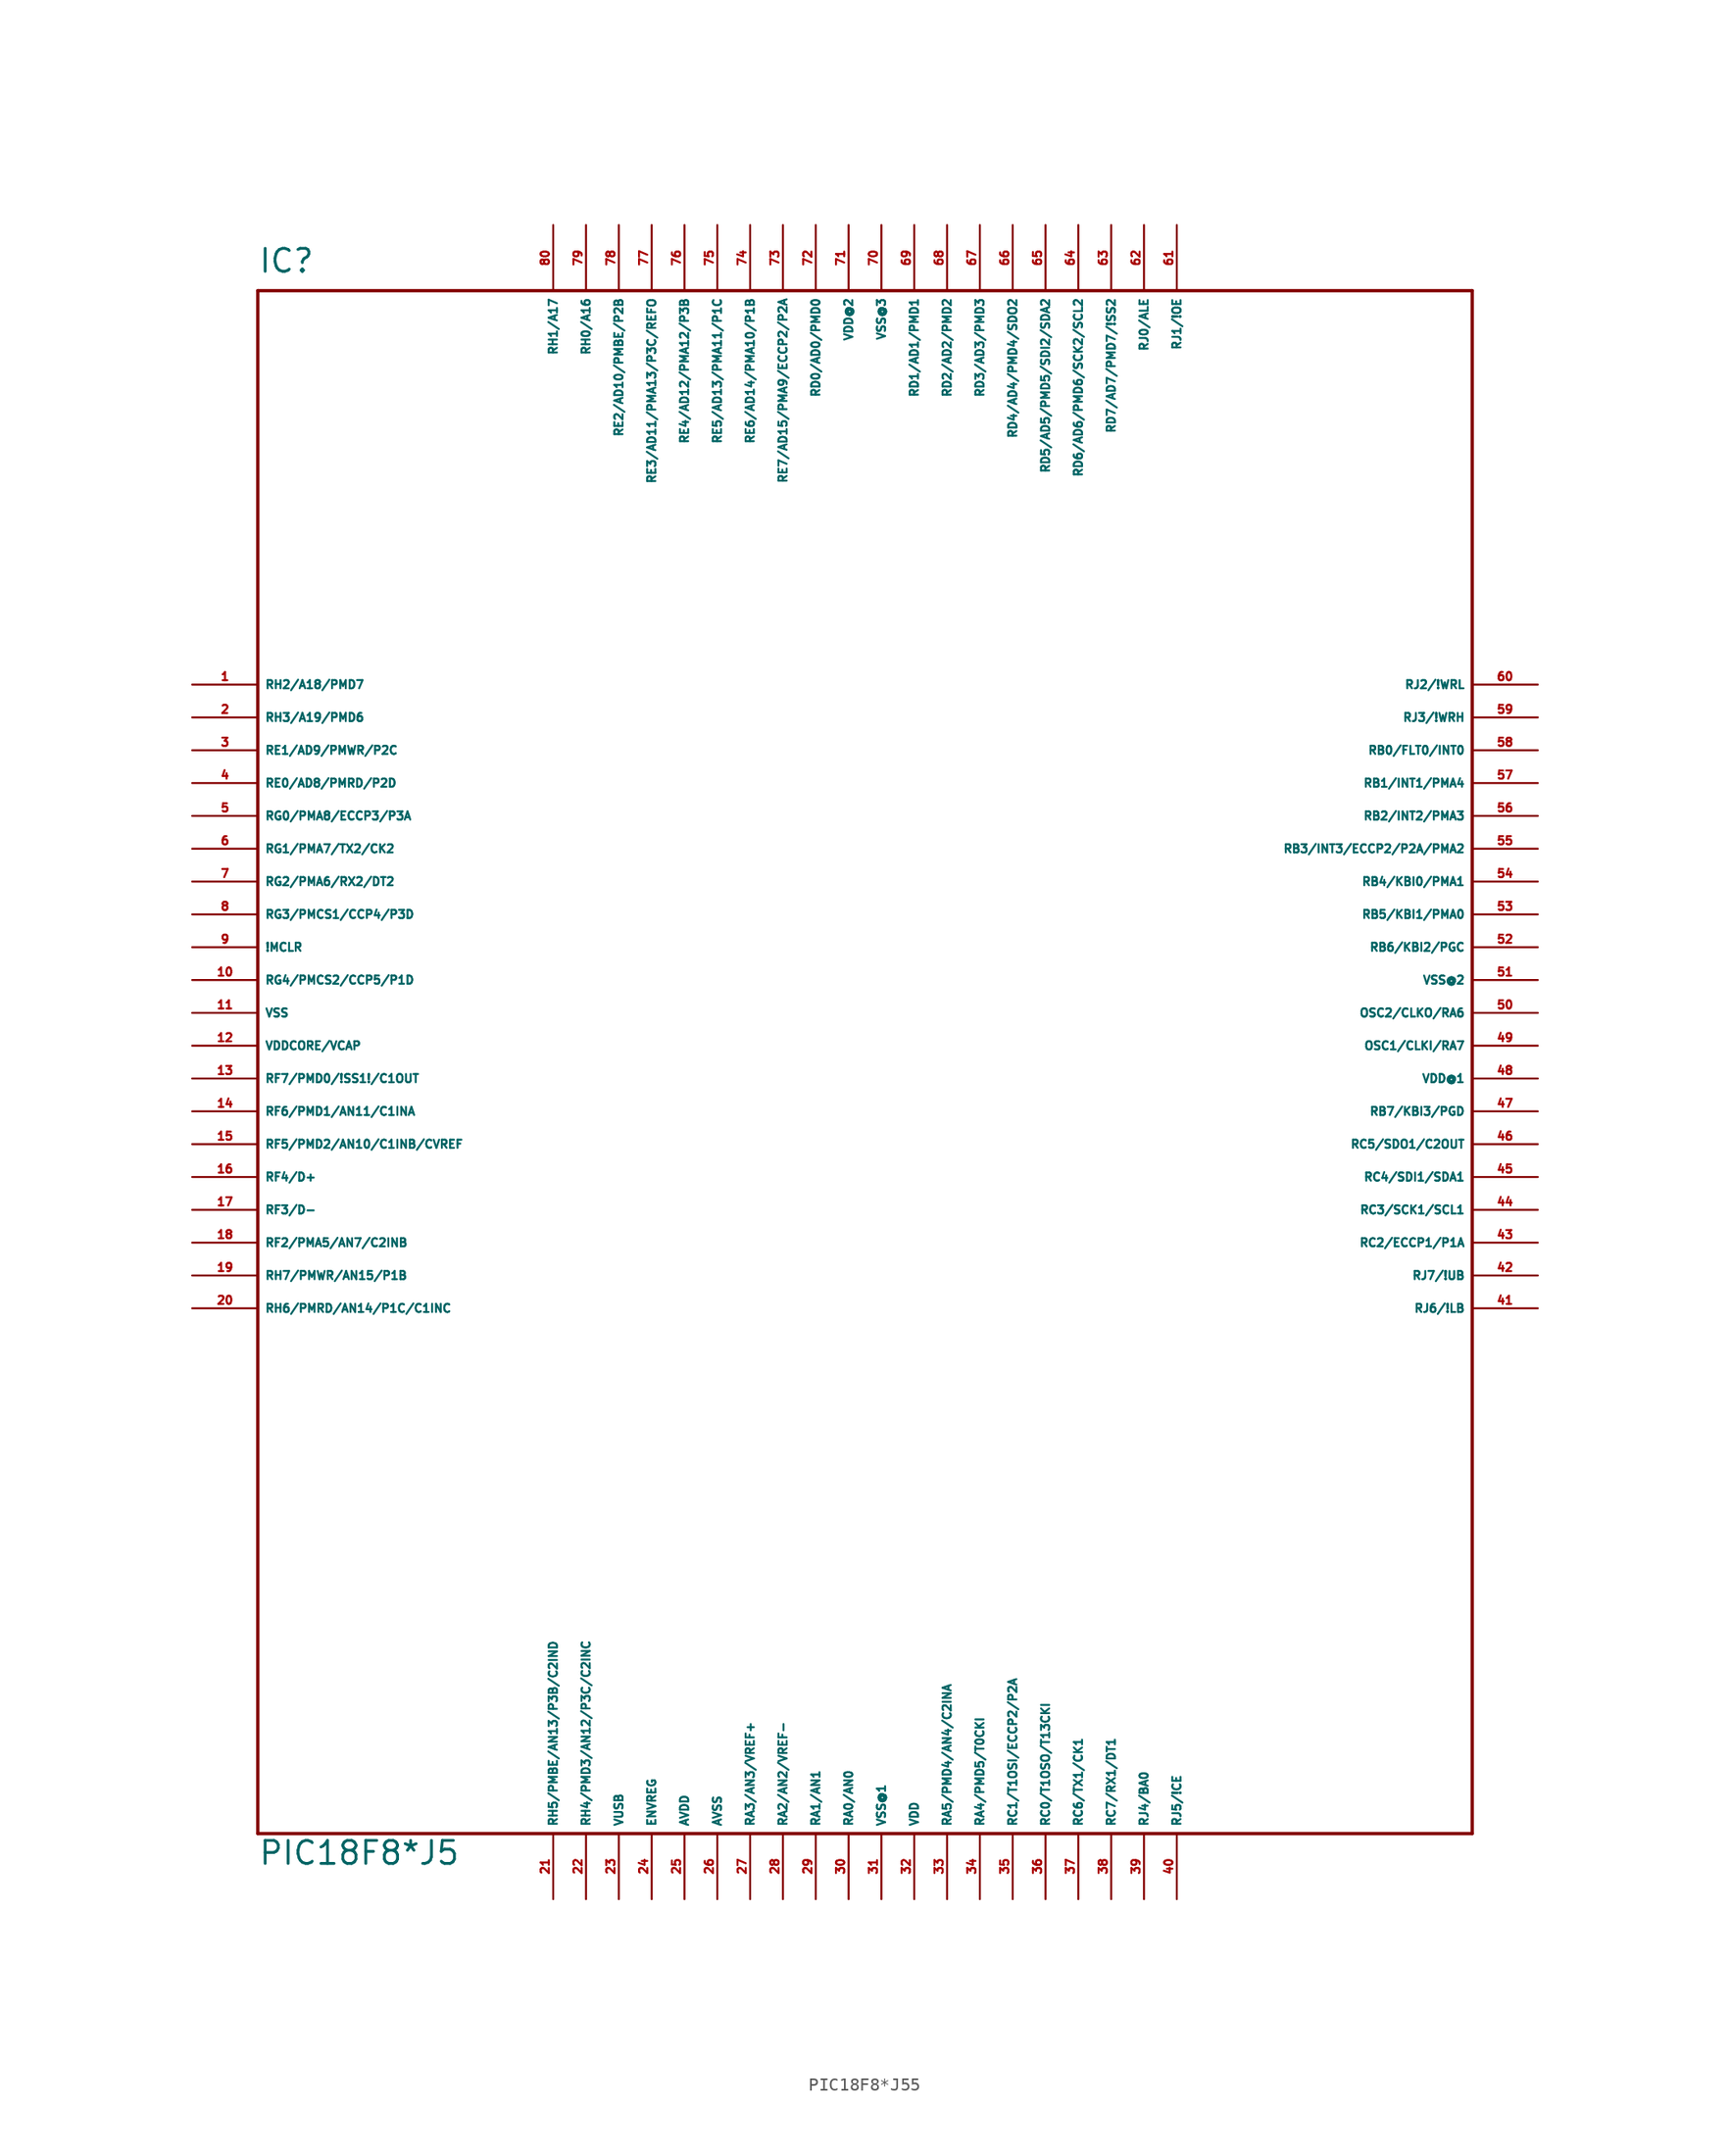
<source format=kicad_sym>
(kicad_symbol_lib
  (version 20220914)
  (generator Eagle2Kicad)
  (symbol "PIC18F8*J55"
    (property "Reference" "IC"
      (at -48.26 54.61 0)
      (effects (font (size 1.778 1.778) (thickness 0.22)) (justify left bottom)))
    (property "Value" "PIC18F8*J5"
      (at -48.26 -68.58 0)
      (effects (font (size 1.778 1.778) (thickness 0.22)) (justify left bottom)))
    (polyline
      (pts (xy -48.26 -66.04) (xy 45.72 -66.04))
      (stroke (width 0.254) (type default))
      (fill (type none)))
    (polyline
      (pts (xy 45.72 -66.04) (xy 45.72 53.34))
      (stroke (width 0.254) (type default))
      (fill (type none)))
    (polyline
      (pts (xy 45.72 53.34) (xy -48.26 53.34))
      (stroke (width 0.254) (type default))
      (fill (type none)))
    (polyline
      (pts (xy -48.26 53.34) (xy -48.26 -66.04))
      (stroke (width 0.254) (type default))
      (fill (type none)))
    (pin bidirectional line
      (at -53.34 22.86 0)
      (length 5.08)
      (name "RH2/A18/PMD7" (effects (font (size 0.635 0.635) (thickness 0.08)) (justify left bottom)))
      (number "1" (effects (font (size 0.635 0.635) (thickness 0.08)) (justify left bottom))))
    (pin bidirectional line
      (at -53.34 20.32 0)
      (length 5.08)
      (name "RH3/A19/PMD6" (effects (font (size 0.635 0.635) (thickness 0.08)) (justify left bottom)))
      (number "2" (effects (font (size 0.635 0.635) (thickness 0.08)) (justify left bottom))))
    (pin bidirectional line
      (at -53.34 17.78 0)
      (length 5.08)
      (name "RE1/AD9/PMWR/P2C" (effects (font (size 0.635 0.635) (thickness 0.08)) (justify left bottom)))
      (number "3" (effects (font (size 0.635 0.635) (thickness 0.08)) (justify left bottom))))
    (pin bidirectional line
      (at -53.34 15.24 0)
      (length 5.08)
      (name "RE0/AD8/PMRD/P2D" (effects (font (size 0.635 0.635) (thickness 0.08)) (justify left bottom)))
      (number "4" (effects (font (size 0.635 0.635) (thickness 0.08)) (justify left bottom))))
    (pin bidirectional line
      (at -53.34 12.7 0)
      (length 5.08)
      (name "RG0/PMA8/ECCP3/P3A" (effects (font (size 0.635 0.635) (thickness 0.08)) (justify left bottom)))
      (number "5" (effects (font (size 0.635 0.635) (thickness 0.08)) (justify left bottom))))
    (pin bidirectional line
      (at -53.34 10.16 0)
      (length 5.08)
      (name "RG1/PMA7/TX2/CK2" (effects (font (size 0.635 0.635) (thickness 0.08)) (justify left bottom)))
      (number "6" (effects (font (size 0.635 0.635) (thickness 0.08)) (justify left bottom))))
    (pin bidirectional line
      (at -53.34 7.62 0)
      (length 5.08)
      (name "RG2/PMA6/RX2/DT2" (effects (font (size 0.635 0.635) (thickness 0.08)) (justify left bottom)))
      (number "7" (effects (font (size 0.635 0.635) (thickness 0.08)) (justify left bottom))))
    (pin bidirectional line
      (at -53.34 5.08 0)
      (length 5.08)
      (name "RG3/PMCS1/CCP4/P3D" (effects (font (size 0.635 0.635) (thickness 0.08)) (justify left bottom)))
      (number "8" (effects (font (size 0.635 0.635) (thickness 0.08)) (justify left bottom))))
    (pin input line
      (at -53.34 2.54 0)
      (length 5.08)
      (name "!MCLR" (effects (font (size 0.635 0.635) (thickness 0.08)) (justify left bottom)))
      (number "9" (effects (font (size 0.635 0.635) (thickness 0.08)) (justify left bottom))))
    (pin bidirectional line
      (at -53.34 0 0)
      (length 5.08)
      (name "RG4/PMCS2/CCP5/P1D" (effects (font (size 0.635 0.635) (thickness 0.08)) (justify left bottom)))
      (number "10" (effects (font (size 0.635 0.635) (thickness 0.08)) (justify left bottom))))
    (pin unspecified line
      (at -53.34 -2.54 0)
      (length 5.08)
      (name "VSS" (effects (font (size 0.635 0.635) (thickness 0.08)) (justify left bottom)))
      (number "11" (effects (font (size 0.635 0.635) (thickness 0.08)) (justify left bottom))))
    (pin bidirectional line
      (at -53.34 -5.08 0)
      (length 5.08)
      (name "VDDCORE/VCAP" (effects (font (size 0.635 0.635) (thickness 0.08)) (justify left bottom)))
      (number "12" (effects (font (size 0.635 0.635) (thickness 0.08)) (justify left bottom))))
    (pin bidirectional line
      (at -53.34 -7.62 0)
      (length 5.08)
      (name "RF7/PMD0/!SS1!/C1OUT" (effects (font (size 0.635 0.635) (thickness 0.08)) (justify left bottom)))
      (number "13" (effects (font (size 0.635 0.635) (thickness 0.08)) (justify left bottom))))
    (pin bidirectional line
      (at -53.34 -10.16 0)
      (length 5.08)
      (name "RF6/PMD1/AN11/C1INA" (effects (font (size 0.635 0.635) (thickness 0.08)) (justify left bottom)))
      (number "14" (effects (font (size 0.635 0.635) (thickness 0.08)) (justify left bottom))))
    (pin bidirectional line
      (at -53.34 -12.7 0)
      (length 5.08)
      (name "RF5/PMD2/AN10/C1INB/CVREF" (effects (font (size 0.635 0.635) (thickness 0.08)) (justify left bottom)))
      (number "15" (effects (font (size 0.635 0.635) (thickness 0.08)) (justify left bottom))))
    (pin bidirectional line
      (at -53.34 -15.24 0)
      (length 5.08)
      (name "RF4/D+" (effects (font (size 0.635 0.635) (thickness 0.08)) (justify left bottom)))
      (number "16" (effects (font (size 0.635 0.635) (thickness 0.08)) (justify left bottom))))
    (pin bidirectional line
      (at -53.34 -17.78 0)
      (length 5.08)
      (name "RF3/D-" (effects (font (size 0.635 0.635) (thickness 0.08)) (justify left bottom)))
      (number "17" (effects (font (size 0.635 0.635) (thickness 0.08)) (justify left bottom))))
    (pin bidirectional line
      (at -53.34 -20.32 0)
      (length 5.08)
      (name "RF2/PMA5/AN7/C2INB" (effects (font (size 0.635 0.635) (thickness 0.08)) (justify left bottom)))
      (number "18" (effects (font (size 0.635 0.635) (thickness 0.08)) (justify left bottom))))
    (pin bidirectional line
      (at -53.34 -22.86 0)
      (length 5.08)
      (name "RH7/PMWR/AN15/P1B" (effects (font (size 0.635 0.635) (thickness 0.08)) (justify left bottom)))
      (number "19" (effects (font (size 0.635 0.635) (thickness 0.08)) (justify left bottom))))
    (pin bidirectional line
      (at -53.34 -25.4 0)
      (length 5.08)
      (name "RH6/PMRD/AN14/P1C/C1INC" (effects (font (size 0.635 0.635) (thickness 0.08)) (justify left bottom)))
      (number "20" (effects (font (size 0.635 0.635) (thickness 0.08)) (justify left bottom))))
    (pin bidirectional line
      (at -25.4 -71.12 90)
      (length 5.08)
      (name "RH5/PMBE/AN13/P3B/C2IND" (effects (font (size 0.635 0.635) (thickness 0.08)) (justify left bottom)))
      (number "21" (effects (font (size 0.635 0.635) (thickness 0.08)) (justify left bottom))))
    (pin bidirectional line
      (at -22.86 -71.12 90)
      (length 5.08)
      (name "RH4/PMD3/AN12/P3C/C2INC" (effects (font (size 0.635 0.635) (thickness 0.08)) (justify left bottom)))
      (number "22" (effects (font (size 0.635 0.635) (thickness 0.08)) (justify left bottom))))
    (pin input line
      (at -20.32 -71.12 90)
      (length 5.08)
      (name "VUSB" (effects (font (size 0.635 0.635) (thickness 0.08)) (justify left bottom)))
      (number "23" (effects (font (size 0.635 0.635) (thickness 0.08)) (justify left bottom))))
    (pin input line
      (at -17.78 -71.12 90)
      (length 5.08)
      (name "ENVREG" (effects (font (size 0.635 0.635) (thickness 0.08)) (justify left bottom)))
      (number "24" (effects (font (size 0.635 0.635) (thickness 0.08)) (justify left bottom))))
    (pin bidirectional line
      (at -15.24 -71.12 90)
      (length 5.08)
      (name "AVDD" (effects (font (size 0.635 0.635) (thickness 0.08)) (justify left bottom)))
      (number "25" (effects (font (size 0.635 0.635) (thickness 0.08)) (justify left bottom))))
    (pin bidirectional line
      (at -12.7 -71.12 90)
      (length 5.08)
      (name "AVSS" (effects (font (size 0.635 0.635) (thickness 0.08)) (justify left bottom)))
      (number "26" (effects (font (size 0.635 0.635) (thickness 0.08)) (justify left bottom))))
    (pin bidirectional line
      (at -10.16 -71.12 90)
      (length 5.08)
      (name "RA3/AN3/VREF+" (effects (font (size 0.635 0.635) (thickness 0.08)) (justify left bottom)))
      (number "27" (effects (font (size 0.635 0.635) (thickness 0.08)) (justify left bottom))))
    (pin bidirectional line
      (at -7.62 -71.12 90)
      (length 5.08)
      (name "RA2/AN2/VREF-" (effects (font (size 0.635 0.635) (thickness 0.08)) (justify left bottom)))
      (number "28" (effects (font (size 0.635 0.635) (thickness 0.08)) (justify left bottom))))
    (pin bidirectional line
      (at -5.08 -71.12 90)
      (length 5.08)
      (name "RA1/AN1" (effects (font (size 0.635 0.635) (thickness 0.08)) (justify left bottom)))
      (number "29" (effects (font (size 0.635 0.635) (thickness 0.08)) (justify left bottom))))
    (pin bidirectional line
      (at -2.54 -71.12 90)
      (length 5.08)
      (name "RA0/AN0" (effects (font (size 0.635 0.635) (thickness 0.08)) (justify left bottom)))
      (number "30" (effects (font (size 0.635 0.635) (thickness 0.08)) (justify left bottom))))
    (pin unspecified line
      (at 0 -71.12 90)
      (length 5.08)
      (name "VSS@1" (effects (font (size 0.635 0.635) (thickness 0.08)) (justify left bottom)))
      (number "31" (effects (font (size 0.635 0.635) (thickness 0.08)) (justify left bottom))))
    (pin unspecified line
      (at 2.54 -71.12 90)
      (length 5.08)
      (name "VDD" (effects (font (size 0.635 0.635) (thickness 0.08)) (justify left bottom)))
      (number "32" (effects (font (size 0.635 0.635) (thickness 0.08)) (justify left bottom))))
    (pin bidirectional line
      (at 5.08 -71.12 90)
      (length 5.08)
      (name "RA5/PMD4/AN4/C2INA" (effects (font (size 0.635 0.635) (thickness 0.08)) (justify left bottom)))
      (number "33" (effects (font (size 0.635 0.635) (thickness 0.08)) (justify left bottom))))
    (pin bidirectional line
      (at 7.62 -71.12 90)
      (length 5.08)
      (name "RA4/PMD5/T0CKI" (effects (font (size 0.635 0.635) (thickness 0.08)) (justify left bottom)))
      (number "34" (effects (font (size 0.635 0.635) (thickness 0.08)) (justify left bottom))))
    (pin bidirectional line
      (at 10.16 -71.12 90)
      (length 5.08)
      (name "RC1/T1OSI/ECCP2/P2A" (effects (font (size 0.635 0.635) (thickness 0.08)) (justify left bottom)))
      (number "35" (effects (font (size 0.635 0.635) (thickness 0.08)) (justify left bottom))))
    (pin bidirectional line
      (at 12.7 -71.12 90)
      (length 5.08)
      (name "RC0/T1OSO/T13CKI" (effects (font (size 0.635 0.635) (thickness 0.08)) (justify left bottom)))
      (number "36" (effects (font (size 0.635 0.635) (thickness 0.08)) (justify left bottom))))
    (pin bidirectional line
      (at 15.24 -71.12 90)
      (length 5.08)
      (name "RC6/TX1/CK1" (effects (font (size 0.635 0.635) (thickness 0.08)) (justify left bottom)))
      (number "37" (effects (font (size 0.635 0.635) (thickness 0.08)) (justify left bottom))))
    (pin bidirectional line
      (at 17.78 -71.12 90)
      (length 5.08)
      (name "RC7/RX1/DT1" (effects (font (size 0.635 0.635) (thickness 0.08)) (justify left bottom)))
      (number "38" (effects (font (size 0.635 0.635) (thickness 0.08)) (justify left bottom))))
    (pin bidirectional line
      (at 20.32 -71.12 90)
      (length 5.08)
      (name "RJ4/BA0" (effects (font (size 0.635 0.635) (thickness 0.08)) (justify left bottom)))
      (number "39" (effects (font (size 0.635 0.635) (thickness 0.08)) (justify left bottom))))
    (pin bidirectional line
      (at 22.86 -71.12 90)
      (length 5.08)
      (name "RJ5/!CE" (effects (font (size 0.635 0.635) (thickness 0.08)) (justify left bottom)))
      (number "40" (effects (font (size 0.635 0.635) (thickness 0.08)) (justify left bottom))))
    (pin bidirectional line
      (at 50.8 -25.4 180)
      (length 5.08)
      (name "RJ6/!LB" (effects (font (size 0.635 0.635) (thickness 0.08)) (justify left bottom)))
      (number "41" (effects (font (size 0.635 0.635) (thickness 0.08)) (justify left bottom))))
    (pin bidirectional line
      (at 50.8 -22.86 180)
      (length 5.08)
      (name "RJ7/!UB" (effects (font (size 0.635 0.635) (thickness 0.08)) (justify left bottom)))
      (number "42" (effects (font (size 0.635 0.635) (thickness 0.08)) (justify left bottom))))
    (pin bidirectional line
      (at 50.8 -20.32 180)
      (length 5.08)
      (name "RC2/ECCP1/P1A" (effects (font (size 0.635 0.635) (thickness 0.08)) (justify left bottom)))
      (number "43" (effects (font (size 0.635 0.635) (thickness 0.08)) (justify left bottom))))
    (pin bidirectional line
      (at 50.8 -17.78 180)
      (length 5.08)
      (name "RC3/SCK1/SCL1" (effects (font (size 0.635 0.635) (thickness 0.08)) (justify left bottom)))
      (number "44" (effects (font (size 0.635 0.635) (thickness 0.08)) (justify left bottom))))
    (pin bidirectional line
      (at 50.8 -15.24 180)
      (length 5.08)
      (name "RC4/SDI1/SDA1" (effects (font (size 0.635 0.635) (thickness 0.08)) (justify left bottom)))
      (number "45" (effects (font (size 0.635 0.635) (thickness 0.08)) (justify left bottom))))
    (pin bidirectional line
      (at 50.8 -12.7 180)
      (length 5.08)
      (name "RC5/SDO1/C2OUT" (effects (font (size 0.635 0.635) (thickness 0.08)) (justify left bottom)))
      (number "46" (effects (font (size 0.635 0.635) (thickness 0.08)) (justify left bottom))))
    (pin bidirectional line
      (at 50.8 -10.16 180)
      (length 5.08)
      (name "RB7/KBI3/PGD" (effects (font (size 0.635 0.635) (thickness 0.08)) (justify left bottom)))
      (number "47" (effects (font (size 0.635 0.635) (thickness 0.08)) (justify left bottom))))
    (pin unspecified line
      (at 50.8 -7.62 180)
      (length 5.08)
      (name "VDD@1" (effects (font (size 0.635 0.635) (thickness 0.08)) (justify left bottom)))
      (number "48" (effects (font (size 0.635 0.635) (thickness 0.08)) (justify left bottom))))
    (pin bidirectional line
      (at 50.8 -5.08 180)
      (length 5.08)
      (name "OSC1/CLKI/RA7" (effects (font (size 0.635 0.635) (thickness 0.08)) (justify left bottom)))
      (number "49" (effects (font (size 0.635 0.635) (thickness 0.08)) (justify left bottom))))
    (pin bidirectional line
      (at 50.8 -2.54 180)
      (length 5.08)
      (name "OSC2/CLKO/RA6" (effects (font (size 0.635 0.635) (thickness 0.08)) (justify left bottom)))
      (number "50" (effects (font (size 0.635 0.635) (thickness 0.08)) (justify left bottom))))
    (pin unspecified line
      (at 50.8 0 180)
      (length 5.08)
      (name "VSS@2" (effects (font (size 0.635 0.635) (thickness 0.08)) (justify left bottom)))
      (number "51" (effects (font (size 0.635 0.635) (thickness 0.08)) (justify left bottom))))
    (pin bidirectional line
      (at 50.8 2.54 180)
      (length 5.08)
      (name "RB6/KBI2/PGC" (effects (font (size 0.635 0.635) (thickness 0.08)) (justify left bottom)))
      (number "52" (effects (font (size 0.635 0.635) (thickness 0.08)) (justify left bottom))))
    (pin bidirectional line
      (at 50.8 5.08 180)
      (length 5.08)
      (name "RB5/KBI1/PMA0" (effects (font (size 0.635 0.635) (thickness 0.08)) (justify left bottom)))
      (number "53" (effects (font (size 0.635 0.635) (thickness 0.08)) (justify left bottom))))
    (pin bidirectional line
      (at 50.8 7.62 180)
      (length 5.08)
      (name "RB4/KBI0/PMA1" (effects (font (size 0.635 0.635) (thickness 0.08)) (justify left bottom)))
      (number "54" (effects (font (size 0.635 0.635) (thickness 0.08)) (justify left bottom))))
    (pin bidirectional line
      (at 50.8 10.16 180)
      (length 5.08)
      (name "RB3/INT3/ECCP2/P2A/PMA2" (effects (font (size 0.635 0.635) (thickness 0.08)) (justify left bottom)))
      (number "55" (effects (font (size 0.635 0.635) (thickness 0.08)) (justify left bottom))))
    (pin bidirectional line
      (at 50.8 12.7 180)
      (length 5.08)
      (name "RB2/INT2/PMA3" (effects (font (size 0.635 0.635) (thickness 0.08)) (justify left bottom)))
      (number "56" (effects (font (size 0.635 0.635) (thickness 0.08)) (justify left bottom))))
    (pin bidirectional line
      (at 50.8 15.24 180)
      (length 5.08)
      (name "RB1/INT1/PMA4" (effects (font (size 0.635 0.635) (thickness 0.08)) (justify left bottom)))
      (number "57" (effects (font (size 0.635 0.635) (thickness 0.08)) (justify left bottom))))
    (pin bidirectional line
      (at 50.8 17.78 180)
      (length 5.08)
      (name "RB0/FLT0/INT0" (effects (font (size 0.635 0.635) (thickness 0.08)) (justify left bottom)))
      (number "58" (effects (font (size 0.635 0.635) (thickness 0.08)) (justify left bottom))))
    (pin bidirectional line
      (at 50.8 20.32 180)
      (length 5.08)
      (name "RJ3/!WRH" (effects (font (size 0.635 0.635) (thickness 0.08)) (justify left bottom)))
      (number "59" (effects (font (size 0.635 0.635) (thickness 0.08)) (justify left bottom))))
    (pin bidirectional line
      (at 50.8 22.86 180)
      (length 5.08)
      (name "RJ2/!WRL" (effects (font (size 0.635 0.635) (thickness 0.08)) (justify left bottom)))
      (number "60" (effects (font (size 0.635 0.635) (thickness 0.08)) (justify left bottom))))
    (pin bidirectional line
      (at 22.86 58.42 270)
      (length 5.08)
      (name "RJ1/!OE" (effects (font (size 0.635 0.635) (thickness 0.08)) (justify left bottom)))
      (number "61" (effects (font (size 0.635 0.635) (thickness 0.08)) (justify left bottom))))
    (pin bidirectional line
      (at 20.32 58.42 270)
      (length 5.08)
      (name "RJ0/ALE" (effects (font (size 0.635 0.635) (thickness 0.08)) (justify left bottom)))
      (number "62" (effects (font (size 0.635 0.635) (thickness 0.08)) (justify left bottom))))
    (pin bidirectional line
      (at 17.78 58.42 270)
      (length 5.08)
      (name "RD7/AD7/PMD7/!SS2" (effects (font (size 0.635 0.635) (thickness 0.08)) (justify left bottom)))
      (number "63" (effects (font (size 0.635 0.635) (thickness 0.08)) (justify left bottom))))
    (pin bidirectional line
      (at 15.24 58.42 270)
      (length 5.08)
      (name "RD6/AD6/PMD6/SCK2/SCL2" (effects (font (size 0.635 0.635) (thickness 0.08)) (justify left bottom)))
      (number "64" (effects (font (size 0.635 0.635) (thickness 0.08)) (justify left bottom))))
    (pin bidirectional line
      (at 12.7 58.42 270)
      (length 5.08)
      (name "RD5/AD5/PMD5/SDI2/SDA2" (effects (font (size 0.635 0.635) (thickness 0.08)) (justify left bottom)))
      (number "65" (effects (font (size 0.635 0.635) (thickness 0.08)) (justify left bottom))))
    (pin bidirectional line
      (at 10.16 58.42 270)
      (length 5.08)
      (name "RD4/AD4/PMD4/SDO2" (effects (font (size 0.635 0.635) (thickness 0.08)) (justify left bottom)))
      (number "66" (effects (font (size 0.635 0.635) (thickness 0.08)) (justify left bottom))))
    (pin bidirectional line
      (at 7.62 58.42 270)
      (length 5.08)
      (name "RD3/AD3/PMD3" (effects (font (size 0.635 0.635) (thickness 0.08)) (justify left bottom)))
      (number "67" (effects (font (size 0.635 0.635) (thickness 0.08)) (justify left bottom))))
    (pin bidirectional line
      (at 5.08 58.42 270)
      (length 5.08)
      (name "RD2/AD2/PMD2" (effects (font (size 0.635 0.635) (thickness 0.08)) (justify left bottom)))
      (number "68" (effects (font (size 0.635 0.635) (thickness 0.08)) (justify left bottom))))
    (pin bidirectional line
      (at 2.54 58.42 270)
      (length 5.08)
      (name "RD1/AD1/PMD1" (effects (font (size 0.635 0.635) (thickness 0.08)) (justify left bottom)))
      (number "69" (effects (font (size 0.635 0.635) (thickness 0.08)) (justify left bottom))))
    (pin unspecified line
      (at 0 58.42 270)
      (length 5.08)
      (name "VSS@3" (effects (font (size 0.635 0.635) (thickness 0.08)) (justify left bottom)))
      (number "70" (effects (font (size 0.635 0.635) (thickness 0.08)) (justify left bottom))))
    (pin unspecified line
      (at -2.54 58.42 270)
      (length 5.08)
      (name "VDD@2" (effects (font (size 0.635 0.635) (thickness 0.08)) (justify left bottom)))
      (number "71" (effects (font (size 0.635 0.635) (thickness 0.08)) (justify left bottom))))
    (pin bidirectional line
      (at -5.08 58.42 270)
      (length 5.08)
      (name "RD0/AD0/PMD0" (effects (font (size 0.635 0.635) (thickness 0.08)) (justify left bottom)))
      (number "72" (effects (font (size 0.635 0.635) (thickness 0.08)) (justify left bottom))))
    (pin bidirectional line
      (at -7.62 58.42 270)
      (length 5.08)
      (name "RE7/AD15/PMA9/ECCP2/P2A" (effects (font (size 0.635 0.635) (thickness 0.08)) (justify left bottom)))
      (number "73" (effects (font (size 0.635 0.635) (thickness 0.08)) (justify left bottom))))
    (pin bidirectional line
      (at -10.16 58.42 270)
      (length 5.08)
      (name "RE6/AD14/PMA10/P1B" (effects (font (size 0.635 0.635) (thickness 0.08)) (justify left bottom)))
      (number "74" (effects (font (size 0.635 0.635) (thickness 0.08)) (justify left bottom))))
    (pin bidirectional line
      (at -12.7 58.42 270)
      (length 5.08)
      (name "RE5/AD13/PMA11/P1C" (effects (font (size 0.635 0.635) (thickness 0.08)) (justify left bottom)))
      (number "75" (effects (font (size 0.635 0.635) (thickness 0.08)) (justify left bottom))))
    (pin bidirectional line
      (at -15.24 58.42 270)
      (length 5.08)
      (name "RE4/AD12/PMA12/P3B" (effects (font (size 0.635 0.635) (thickness 0.08)) (justify left bottom)))
      (number "76" (effects (font (size 0.635 0.635) (thickness 0.08)) (justify left bottom))))
    (pin bidirectional line
      (at -17.78 58.42 270)
      (length 5.08)
      (name "RE3/AD11/PMA13/P3C/REFO" (effects (font (size 0.635 0.635) (thickness 0.08)) (justify left bottom)))
      (number "77" (effects (font (size 0.635 0.635) (thickness 0.08)) (justify left bottom))))
    (pin bidirectional line
      (at -20.32 58.42 270)
      (length 5.08)
      (name "RE2/AD10/PMBE/P2B" (effects (font (size 0.635 0.635) (thickness 0.08)) (justify left bottom)))
      (number "78" (effects (font (size 0.635 0.635) (thickness 0.08)) (justify left bottom))))
    (pin bidirectional line
      (at -22.86 58.42 270)
      (length 5.08)
      (name "RH0/A16" (effects (font (size 0.635 0.635) (thickness 0.08)) (justify left bottom)))
      (number "79" (effects (font (size 0.635 0.635) (thickness 0.08)) (justify left bottom))))
    (pin bidirectional line
      (at -25.4 58.42 270)
      (length 5.08)
      (name "RH1/A17" (effects (font (size 0.635 0.635) (thickness 0.08)) (justify left bottom)))
      (number "80" (effects (font (size 0.635 0.635) (thickness 0.08)) (justify left bottom))))))
</source>
